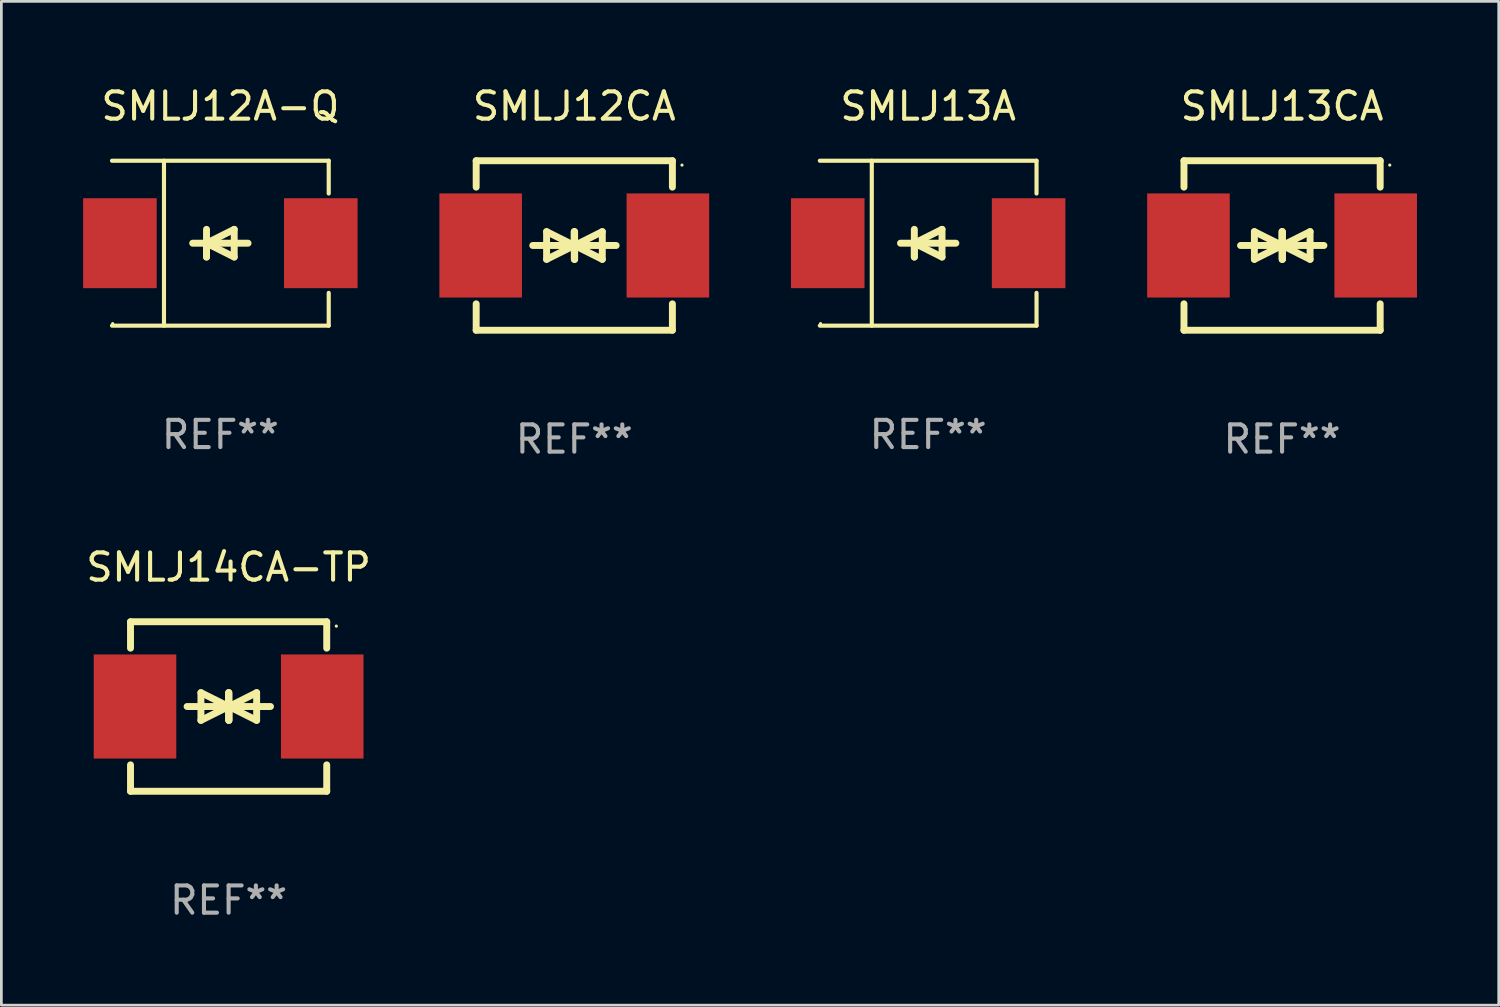
<source format=kicad_pcb>
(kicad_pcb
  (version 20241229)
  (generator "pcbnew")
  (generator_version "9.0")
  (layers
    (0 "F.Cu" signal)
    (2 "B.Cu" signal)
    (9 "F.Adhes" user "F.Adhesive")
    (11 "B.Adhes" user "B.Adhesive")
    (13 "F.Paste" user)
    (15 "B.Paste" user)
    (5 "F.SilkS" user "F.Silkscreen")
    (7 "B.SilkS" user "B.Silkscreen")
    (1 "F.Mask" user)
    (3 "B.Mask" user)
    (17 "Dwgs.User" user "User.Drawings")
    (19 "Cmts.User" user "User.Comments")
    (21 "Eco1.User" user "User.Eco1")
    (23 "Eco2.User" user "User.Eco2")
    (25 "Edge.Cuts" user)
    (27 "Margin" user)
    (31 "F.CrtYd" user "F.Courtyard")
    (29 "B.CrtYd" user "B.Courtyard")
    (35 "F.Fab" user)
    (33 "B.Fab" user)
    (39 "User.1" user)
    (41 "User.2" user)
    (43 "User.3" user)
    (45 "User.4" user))
  (footprint "SMLJ13A"
    (layer "F.Cu")
    (at 31.009 5.874)
    (property "Reference" "SMLJ13A" (at 0 -5.026 0) (layer "F.SilkS") (effects (font (size 1 1) (thickness 0.15))))
    (attr through_hole)
    (fp_line (start -3.976 -3.026) (end 3.976 -3.026) (stroke (width 0.152) (type solid)) (layer "F.SilkS"))
    (fp_line (start -3.976 3.026) (end 3.976 3.026) (stroke (width 0.152) (type solid)) (layer "F.SilkS"))
    (fp_line (start -2.069 -3.026) (end -2.069 3.026) (stroke (width 0.152) (type solid)) (layer "F.SilkS"))
    (fp_line (start -0.508 0) (end -0.508 0.508) (stroke (width 0.254) (type solid)) (layer "F.SilkS"))
    (fp_line (start -0.508 0) (end 0.508 0.508) (stroke (width 0.254) (type solid)) (layer "F.SilkS"))
    (fp_line (start -0.508 0.508) (end -0.508 -0.508) (stroke (width 0.254) (type solid)) (layer "F.SilkS"))
    (fp_line (start 0.508 -0.508) (end -0.508 0) (stroke (width 0.254) (type solid)) (layer "F.SilkS"))
    (fp_line (start 0.508 0.508) (end 0.508 -0.508) (stroke (width 0.254) (type solid)) (layer "F.SilkS"))
    (fp_line (start 1.016 0) (end -1.016 0) (stroke (width 0.254) (type solid)) (layer "F.SilkS"))
    (fp_line (start 3.976 -3.026) (end 3.976 -1.823) (stroke (width 0.152) (type solid)) (layer "F.SilkS"))
    (fp_line (start 3.976 3.026) (end 3.976 1.823) (stroke (width 0.152) (type solid)) (layer "F.SilkS"))
    (fp_circle (center -3.95 2.95) (end -3.92 2.95) (stroke (width 0.06) (type solid)) (fill no) (layer "F.SilkS"))
    (fp_text user "REF**" (at 0 7.026 0) (layer "F.Fab") (effects (font (size 1 1) (thickness 0.15))))
    (pad "1" smd rect (at -3.686 0) (size 2.7 3.3) (layers "F.Cu" "F.Mask" "F.Paste"))
    (pad "2" smd rect (at 3.686 0) (size 2.7 3.3) (layers "F.Cu" "F.Mask" "F.Paste")))
  (footprint "SMLJ14CA-TP"
    (layer "F.Cu")
    (at 5.339 22.875)
    (property "Reference" "SMLJ14CA-TP" (at 0 -5.11 0) (layer "F.SilkS") (effects (font (size 1 1) (thickness 0.15))))
    (attr through_hole)
    (fp_line (start -3.6 -2.141) (end -3.6 -3.11) (stroke (width 0.254) (type solid)) (layer "F.SilkS"))
    (fp_line (start -3.6 3.11) (end -3.6 2.141) (stroke (width 0.254) (type solid)) (layer "F.SilkS"))
    (fp_line (start -1.524 0) (end 0.508 0) (stroke (width 0.254) (type solid)) (layer "F.SilkS"))
    (fp_line (start -1.016 -0.508) (end -1.016 0.508) (stroke (width 0.254) (type solid)) (layer "F.SilkS"))
    (fp_line (start -1.016 0.508) (end 0 0) (stroke (width 0.254) (type solid)) (layer "F.SilkS"))
    (fp_line (start 0 -0.508) (end 0 0.508) (stroke (width 0.254) (type solid)) (layer "F.SilkS"))
    (fp_line (start 0 0) (end -1.016 -0.508) (stroke (width 0.254) (type solid)) (layer "F.SilkS"))
    (fp_line (start 0 0) (end 0 -0.508) (stroke (width 0.254) (type solid)) (layer "F.SilkS"))
    (fp_line (start 0.012 0) (end 0.012 0.508) (stroke (width 0.254) (type solid)) (layer "F.SilkS"))
    (fp_line (start 0.012 0) (end 1.028 0.508) (stroke (width 0.254) (type solid)) (layer "F.SilkS"))
    (fp_line (start 0.012 0.508) (end 0.012 -0.508) (stroke (width 0.254) (type solid)) (layer "F.SilkS"))
    (fp_line (start 1.028 -0.508) (end 0.012 0) (stroke (width 0.254) (type solid)) (layer "F.SilkS"))
    (fp_line (start 1.028 0.508) (end 1.028 -0.508) (stroke (width 0.254) (type solid)) (layer "F.SilkS"))
    (fp_line (start 1.536 0) (end -0.496 0) (stroke (width 0.254) (type solid)) (layer "F.SilkS"))
    (fp_line (start 3.6 -3.11) (end -3.6 -3.11) (stroke (width 0.254) (type solid)) (layer "F.SilkS"))
    (fp_line (start 3.6 -2.141) (end 3.6 -3.11) (stroke (width 0.254) (type solid)) (layer "F.SilkS"))
    (fp_line (start 3.6 3.11) (end -3.6 3.11) (stroke (width 0.254) (type solid)) (layer "F.SilkS"))
    (fp_line (start 3.6 3.11) (end 3.6 2.141) (stroke (width 0.254) (type solid)) (layer "F.SilkS"))
    (fp_circle (center 3.952 -2.95) (end 3.982 -2.95) (stroke (width 0.06) (type solid)) (fill no) (layer "F.SilkS"))
    (fp_text user "REF**" (at 0 7.11 0) (layer "F.Fab") (effects (font (size 1 1) (thickness 0.15))))
    (pad "1" smd rect (at 3.435 0) (size 3.03 3.82) (layers "F.Cu" "F.Mask" "F.Paste"))
    (pad "2" smd rect (at -3.435 0) (size 3.03 3.82) (layers "F.Cu" "F.Mask" "F.Paste")))
  (footprint "SMLJ12CA"
    (layer "F.Cu")
    (at 18.023 5.958)
    (property "Reference" "SMLJ12CA" (at 0 -5.11 0) (layer "F.SilkS") (effects (font (size 1 1) (thickness 0.15))))
    (attr through_hole)
    (fp_line (start -3.6 -2.141) (end -3.6 -3.11) (stroke (width 0.254) (type solid)) (layer "F.SilkS"))
    (fp_line (start -3.6 3.11) (end -3.6 2.141) (stroke (width 0.254) (type solid)) (layer "F.SilkS"))
    (fp_line (start -1.524 0) (end 0.508 0) (stroke (width 0.254) (type solid)) (layer "F.SilkS"))
    (fp_line (start -1.016 -0.508) (end -1.016 0.508) (stroke (width 0.254) (type solid)) (layer "F.SilkS"))
    (fp_line (start -1.016 0.508) (end 0 0) (stroke (width 0.254) (type solid)) (layer "F.SilkS"))
    (fp_line (start 0 -0.508) (end 0 0.508) (stroke (width 0.254) (type solid)) (layer "F.SilkS"))
    (fp_line (start 0 0) (end -1.016 -0.508) (stroke (width 0.254) (type solid)) (layer "F.SilkS"))
    (fp_line (start 0 0) (end 0 -0.508) (stroke (width 0.254) (type solid)) (layer "F.SilkS"))
    (fp_line (start 0.012 0) (end 0.012 0.508) (stroke (width 0.254) (type solid)) (layer "F.SilkS"))
    (fp_line (start 0.012 0) (end 1.028 0.508) (stroke (width 0.254) (type solid)) (layer "F.SilkS"))
    (fp_line (start 0.012 0.508) (end 0.012 -0.508) (stroke (width 0.254) (type solid)) (layer "F.SilkS"))
    (fp_line (start 1.028 -0.508) (end 0.012 0) (stroke (width 0.254) (type solid)) (layer "F.SilkS"))
    (fp_line (start 1.028 0.508) (end 1.028 -0.508) (stroke (width 0.254) (type solid)) (layer "F.SilkS"))
    (fp_line (start 1.536 0) (end -0.496 0) (stroke (width 0.254) (type solid)) (layer "F.SilkS"))
    (fp_line (start 3.6 -3.11) (end -3.6 -3.11) (stroke (width 0.254) (type solid)) (layer "F.SilkS"))
    (fp_line (start 3.6 -2.141) (end 3.6 -3.11) (stroke (width 0.254) (type solid)) (layer "F.SilkS"))
    (fp_line (start 3.6 3.11) (end -3.6 3.11) (stroke (width 0.254) (type solid)) (layer "F.SilkS"))
    (fp_line (start 3.6 3.11) (end 3.6 2.141) (stroke (width 0.254) (type solid)) (layer "F.SilkS"))
    (fp_circle (center 3.952 -2.95) (end 3.982 -2.95) (stroke (width 0.06) (type solid)) (fill no) (layer "F.SilkS"))
    (fp_text user "REF**" (at 0 7.11 0) (layer "F.Fab") (effects (font (size 1 1) (thickness 0.15))))
    (pad "1" smd rect (at 3.435 0) (size 3.03 3.82) (layers "F.Cu" "F.Mask" "F.Paste"))
    (pad "2" smd rect (at -3.435 0) (size 3.03 3.82) (layers "F.Cu" "F.Mask" "F.Paste")))
  (footprint "SMLJ12A-Q"
    (layer "F.Cu")
    (at 5.036 5.874)
    (property "Reference" "SMLJ12A-Q" (at 0 -5.026 0) (layer "F.SilkS") (effects (font (size 1 1) (thickness 0.15))))
    (attr through_hole)
    (fp_line (start -3.976 -3.026) (end 3.976 -3.026) (stroke (width 0.152) (type solid)) (layer "F.SilkS"))
    (fp_line (start -3.976 3.026) (end 3.976 3.026) (stroke (width 0.152) (type solid)) (layer "F.SilkS"))
    (fp_line (start -2.069 -3.026) (end -2.069 3.026) (stroke (width 0.152) (type solid)) (layer "F.SilkS"))
    (fp_line (start -0.508 0) (end -0.508 0.508) (stroke (width 0.254) (type solid)) (layer "F.SilkS"))
    (fp_line (start -0.508 0) (end 0.508 0.508) (stroke (width 0.254) (type solid)) (layer "F.SilkS"))
    (fp_line (start -0.508 0.508) (end -0.508 -0.508) (stroke (width 0.254) (type solid)) (layer "F.SilkS"))
    (fp_line (start 0.508 -0.508) (end -0.508 0) (stroke (width 0.254) (type solid)) (layer "F.SilkS"))
    (fp_line (start 0.508 0.508) (end 0.508 -0.508) (stroke (width 0.254) (type solid)) (layer "F.SilkS"))
    (fp_line (start 1.016 0) (end -1.016 0) (stroke (width 0.254) (type solid)) (layer "F.SilkS"))
    (fp_line (start 3.976 -3.026) (end 3.976 -1.823) (stroke (width 0.152) (type solid)) (layer "F.SilkS"))
    (fp_line (start 3.976 3.026) (end 3.976 1.823) (stroke (width 0.152) (type solid)) (layer "F.SilkS"))
    (fp_circle (center -3.95 2.95) (end -3.92 2.95) (stroke (width 0.06) (type solid)) (fill no) (layer "F.SilkS"))
    (fp_text user "REF**" (at 0 7.026 0) (layer "F.Fab") (effects (font (size 1 1) (thickness 0.15))))
    (pad "1" smd rect (at -3.686 0) (size 2.7 3.3) (layers "F.Cu" "F.Mask" "F.Paste"))
    (pad "2" smd rect (at 3.686 0) (size 2.7 3.3) (layers "F.Cu" "F.Mask" "F.Paste")))
  (footprint "SMLJ13CA"
    (layer "F.Cu")
    (at 43.995 5.958)
    (property "Reference" "SMLJ13CA" (at 0 -5.11 0) (layer "F.SilkS") (effects (font (size 1 1) (thickness 0.15))))
    (attr through_hole)
    (fp_line (start -3.6 -2.141) (end -3.6 -3.11) (stroke (width 0.254) (type solid)) (layer "F.SilkS"))
    (fp_line (start -3.6 3.11) (end -3.6 2.141) (stroke (width 0.254) (type solid)) (layer "F.SilkS"))
    (fp_line (start -1.524 0) (end 0.508 0) (stroke (width 0.254) (type solid)) (layer "F.SilkS"))
    (fp_line (start -1.016 -0.508) (end -1.016 0.508) (stroke (width 0.254) (type solid)) (layer "F.SilkS"))
    (fp_line (start -1.016 0.508) (end 0 0) (stroke (width 0.254) (type solid)) (layer "F.SilkS"))
    (fp_line (start 0 -0.508) (end 0 0.508) (stroke (width 0.254) (type solid)) (layer "F.SilkS"))
    (fp_line (start 0 0) (end -1.016 -0.508) (stroke (width 0.254) (type solid)) (layer "F.SilkS"))
    (fp_line (start 0 0) (end 0 -0.508) (stroke (width 0.254) (type solid)) (layer "F.SilkS"))
    (fp_line (start 0.012 0) (end 0.012 0.508) (stroke (width 0.254) (type solid)) (layer "F.SilkS"))
    (fp_line (start 0.012 0) (end 1.028 0.508) (stroke (width 0.254) (type solid)) (layer "F.SilkS"))
    (fp_line (start 0.012 0.508) (end 0.012 -0.508) (stroke (width 0.254) (type solid)) (layer "F.SilkS"))
    (fp_line (start 1.028 -0.508) (end 0.012 0) (stroke (width 0.254) (type solid)) (layer "F.SilkS"))
    (fp_line (start 1.028 0.508) (end 1.028 -0.508) (stroke (width 0.254) (type solid)) (layer "F.SilkS"))
    (fp_line (start 1.536 0) (end -0.496 0) (stroke (width 0.254) (type solid)) (layer "F.SilkS"))
    (fp_line (start 3.6 -3.11) (end -3.6 -3.11) (stroke (width 0.254) (type solid)) (layer "F.SilkS"))
    (fp_line (start 3.6 -2.141) (end 3.6 -3.11) (stroke (width 0.254) (type solid)) (layer "F.SilkS"))
    (fp_line (start 3.6 3.11) (end -3.6 3.11) (stroke (width 0.254) (type solid)) (layer "F.SilkS"))
    (fp_line (start 3.6 3.11) (end 3.6 2.141) (stroke (width 0.254) (type solid)) (layer "F.SilkS"))
    (fp_circle (center 3.952 -2.95) (end 3.982 -2.95) (stroke (width 0.06) (type solid)) (fill no) (layer "F.SilkS"))
    (fp_text user "REF**" (at 0 7.11 0) (layer "F.Fab") (effects (font (size 1 1) (thickness 0.15))))
    (pad "1" smd rect (at 3.435 0) (size 3.03 3.82) (layers "F.Cu" "F.Mask" "F.Paste"))
    (pad "2" smd rect (at -3.435 0) (size 3.03 3.82) (layers "F.Cu" "F.Mask" "F.Paste")))
  (gr_rect
    (start -3 -3)
    (end 51.945 33.833)
    (stroke (width 0.1) (type default))
    (fill no)
    (layer "Edge.Cuts")))
</source>
